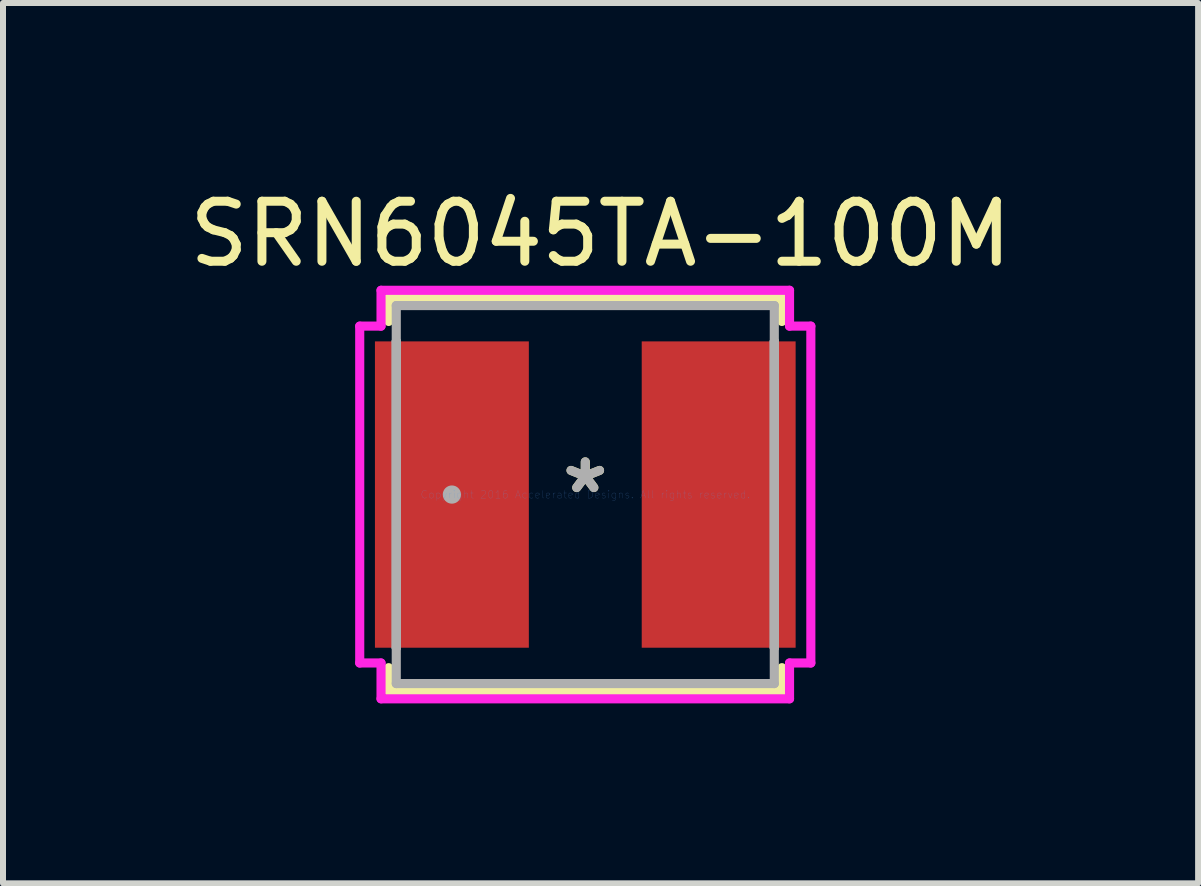
<source format=kicad_pcb>
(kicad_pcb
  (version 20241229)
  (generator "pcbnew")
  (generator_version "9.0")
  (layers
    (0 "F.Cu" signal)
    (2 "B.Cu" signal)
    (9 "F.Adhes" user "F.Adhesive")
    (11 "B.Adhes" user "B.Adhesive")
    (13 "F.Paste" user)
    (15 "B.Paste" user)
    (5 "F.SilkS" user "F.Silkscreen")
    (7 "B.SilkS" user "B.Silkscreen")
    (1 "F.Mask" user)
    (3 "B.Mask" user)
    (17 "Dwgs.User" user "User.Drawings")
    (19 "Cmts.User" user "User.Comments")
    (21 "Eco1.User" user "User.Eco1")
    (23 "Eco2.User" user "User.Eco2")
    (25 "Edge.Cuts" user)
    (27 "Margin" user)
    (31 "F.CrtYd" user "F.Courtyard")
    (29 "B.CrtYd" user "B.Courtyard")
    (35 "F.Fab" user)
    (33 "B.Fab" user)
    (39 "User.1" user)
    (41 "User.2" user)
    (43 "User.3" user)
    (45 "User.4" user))
  (footprint "SRN6045TA-100M"
    (layer "F.Cu")
    (at 6.704 5.192)
    (property "Reference" "SRN6045TA-100M" (at 0.254 -4.343 0) (layer "F.SilkS") (effects (font (size 1 1) (thickness 0.15))))
    (attr through_hole)
    (fp_line (start -3.277 -3.277) (end -3.277 -2.885) (stroke (width 0.152) (type solid)) (layer "F.SilkS"))
    (fp_line (start -3.277 2.885) (end -3.277 3.277) (stroke (width 0.152) (type solid)) (layer "F.SilkS"))
    (fp_line (start -3.277 3.277) (end 3.277 3.277) (stroke (width 0.152) (type solid)) (layer "F.SilkS"))
    (fp_line (start 3.277 -3.277) (end -3.277 -3.277) (stroke (width 0.152) (type solid)) (layer "F.SilkS"))
    (fp_line (start 3.277 -2.885) (end 3.277 -3.277) (stroke (width 0.152) (type solid)) (layer "F.SilkS"))
    (fp_line (start 3.277 3.277) (end 3.277 2.885) (stroke (width 0.152) (type solid)) (layer "F.SilkS"))
    (fp_line (start -3.759 -2.807) (end -3.404 -2.807) (stroke (width 0.152) (type solid)) (layer "F.CrtYd"))
    (fp_line (start -3.759 2.807) (end -3.759 -2.807) (stroke (width 0.152) (type solid)) (layer "F.CrtYd"))
    (fp_line (start -3.404 -3.404) (end 3.404 -3.404) (stroke (width 0.152) (type solid)) (layer "F.CrtYd"))
    (fp_line (start -3.404 -2.807) (end -3.404 -3.404) (stroke (width 0.152) (type solid)) (layer "F.CrtYd"))
    (fp_line (start -3.404 2.807) (end -3.759 2.807) (stroke (width 0.152) (type solid)) (layer "F.CrtYd"))
    (fp_line (start -3.404 3.404) (end -3.404 2.807) (stroke (width 0.152) (type solid)) (layer "F.CrtYd"))
    (fp_line (start 3.404 -3.404) (end 3.404 -2.807) (stroke (width 0.152) (type solid)) (layer "F.CrtYd"))
    (fp_line (start 3.404 -2.807) (end 3.759 -2.807) (stroke (width 0.152) (type solid)) (layer "F.CrtYd"))
    (fp_line (start 3.404 2.807) (end 3.404 3.404) (stroke (width 0.152) (type solid)) (layer "F.CrtYd"))
    (fp_line (start 3.404 3.404) (end -3.404 3.404) (stroke (width 0.152) (type solid)) (layer "F.CrtYd"))
    (fp_line (start 3.759 -2.807) (end 3.759 2.807) (stroke (width 0.152) (type solid)) (layer "F.CrtYd"))
    (fp_line (start 3.759 2.807) (end 3.404 2.807) (stroke (width 0.152) (type solid)) (layer "F.CrtYd"))
    (fp_line (start -3.15 -3.15) (end -3.15 3.15) (stroke (width 0.152) (type solid)) (layer "F.Fab"))
    (fp_line (start -3.15 -2.553) (end -3.15 -2.553) (stroke (width 0.152) (type solid)) (layer "F.Fab"))
    (fp_line (start -3.15 -2.553) (end -3.15 2.553) (stroke (width 0.152) (type solid)) (layer "F.Fab"))
    (fp_line (start -3.15 2.553) (end -3.15 -2.553) (stroke (width 0.152) (type solid)) (layer "F.Fab"))
    (fp_line (start -3.15 2.553) (end -3.15 2.553) (stroke (width 0.152) (type solid)) (layer "F.Fab"))
    (fp_line (start -3.15 3.15) (end 3.15 3.15) (stroke (width 0.152) (type solid)) (layer "F.Fab"))
    (fp_line (start 3.15 -3.15) (end -3.15 -3.15) (stroke (width 0.152) (type solid)) (layer "F.Fab"))
    (fp_line (start 3.15 -2.553) (end 3.15 -2.553) (stroke (width 0.152) (type solid)) (layer "F.Fab"))
    (fp_line (start 3.15 -2.553) (end 3.15 2.553) (stroke (width 0.152) (type solid)) (layer "F.Fab"))
    (fp_line (start 3.15 2.553) (end 3.15 -2.553) (stroke (width 0.152) (type solid)) (layer "F.Fab"))
    (fp_line (start 3.15 2.553) (end 3.15 2.553) (stroke (width 0.152) (type solid)) (layer "F.Fab"))
    (fp_line (start 3.15 3.15) (end 3.15 -3.15) (stroke (width 0.152) (type solid)) (layer "F.Fab"))
    (fp_circle (center -2.223 0) (end -2.223 0) (stroke (width 0.152) (type solid)) (fill no) (layer "F.Fab"))
    (fp_text user "*" (at 0 0 0) (layer "F.SilkS") (effects (font (size 1 1) (thickness 0.15))))
    (fp_text user "Copyright 2016 Accelerated Designs. All rights reserved." (at 0 0 0) (layer "Cmts.User") (effects (font (size 0.127 0.127) (thickness 0.002))))
    (fp_text user "*" (at 0 0 0) (layer "F.Fab") (effects (font (size 1 1) (thickness 0.15))))
    (pad "1" smd rect (at -2.223 0) (size 2.565 5.105) (layers "F.Cu" "F.Mask" "F.Paste"))
    (pad "2" smd rect (at 2.223 0) (size 2.565 5.105) (layers "F.Cu" "F.Mask" "F.Paste")))
  (gr_rect
    (start -3 -3)
    (end 16.917 11.671)
    (stroke (width 0.1) (type default))
    (fill no)
    (layer "Edge.Cuts")))
</source>
